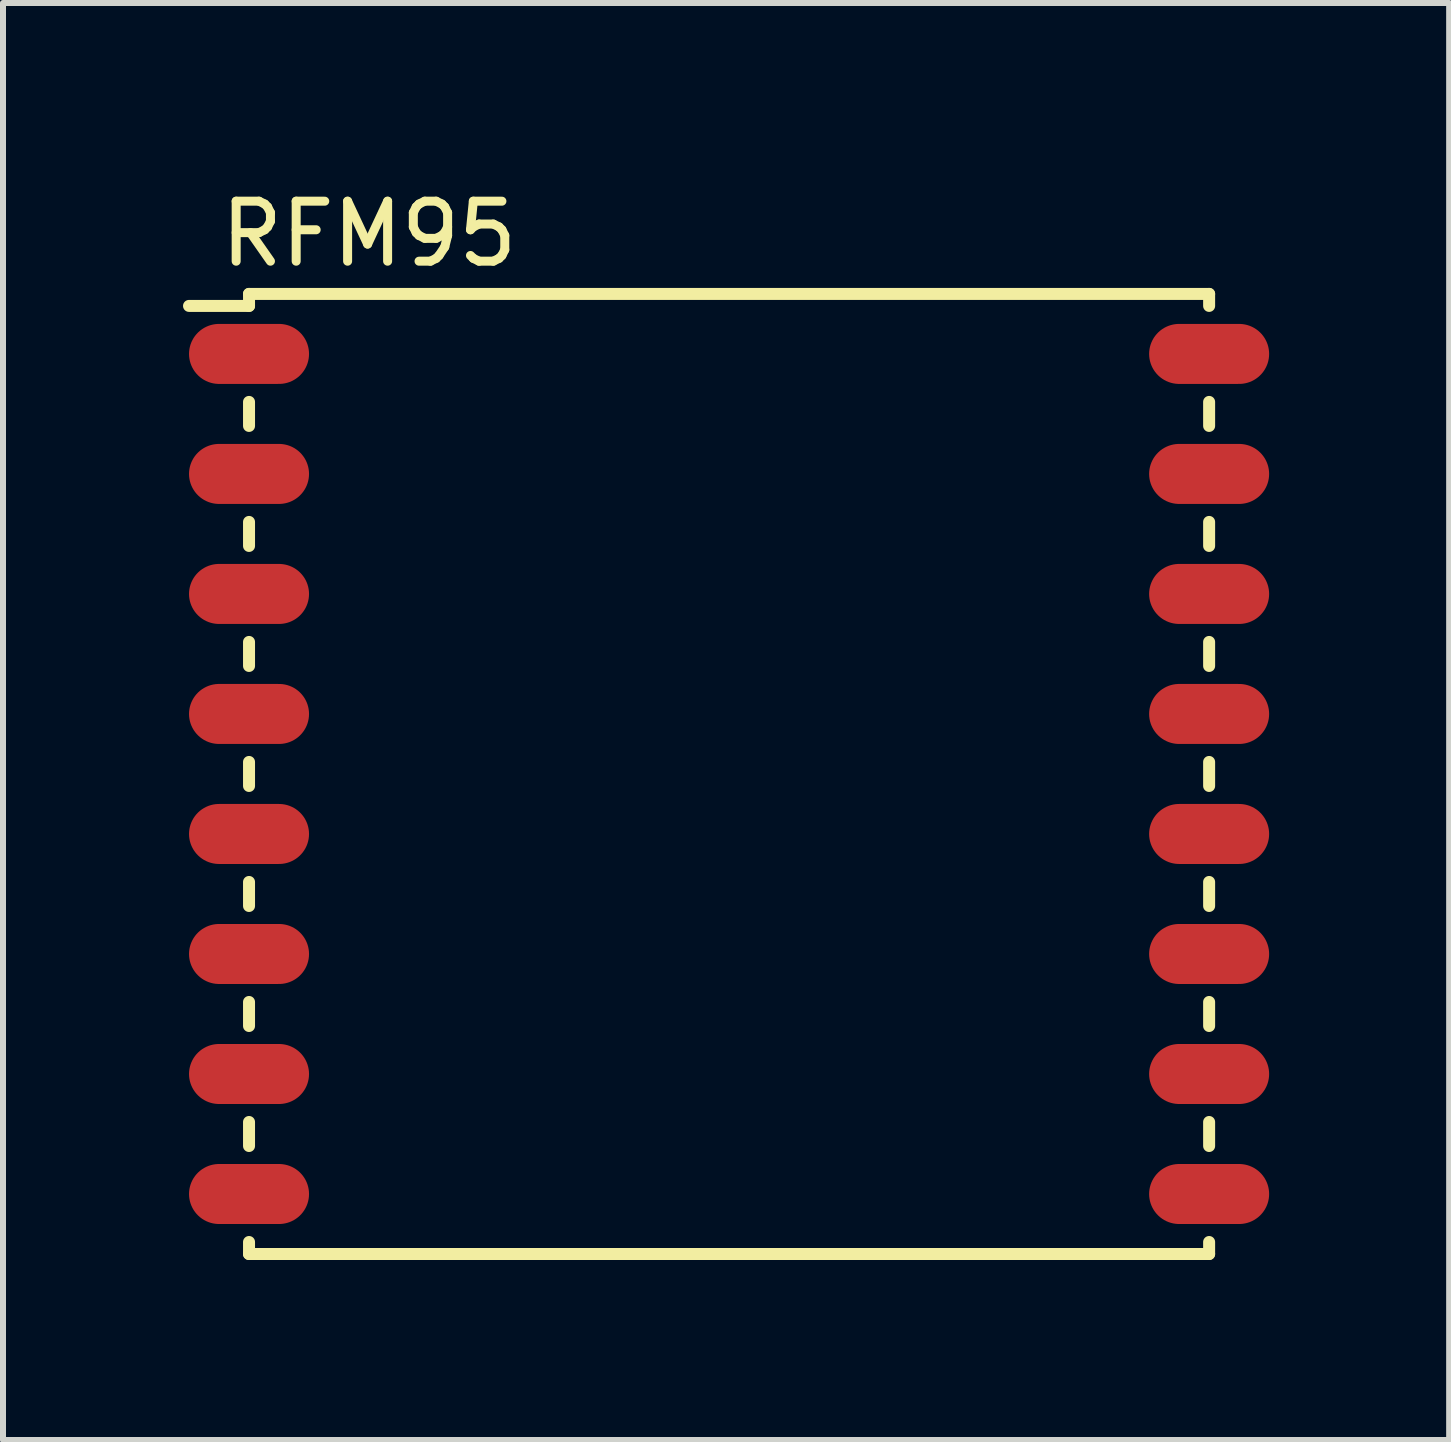
<source format=kicad_pcb>
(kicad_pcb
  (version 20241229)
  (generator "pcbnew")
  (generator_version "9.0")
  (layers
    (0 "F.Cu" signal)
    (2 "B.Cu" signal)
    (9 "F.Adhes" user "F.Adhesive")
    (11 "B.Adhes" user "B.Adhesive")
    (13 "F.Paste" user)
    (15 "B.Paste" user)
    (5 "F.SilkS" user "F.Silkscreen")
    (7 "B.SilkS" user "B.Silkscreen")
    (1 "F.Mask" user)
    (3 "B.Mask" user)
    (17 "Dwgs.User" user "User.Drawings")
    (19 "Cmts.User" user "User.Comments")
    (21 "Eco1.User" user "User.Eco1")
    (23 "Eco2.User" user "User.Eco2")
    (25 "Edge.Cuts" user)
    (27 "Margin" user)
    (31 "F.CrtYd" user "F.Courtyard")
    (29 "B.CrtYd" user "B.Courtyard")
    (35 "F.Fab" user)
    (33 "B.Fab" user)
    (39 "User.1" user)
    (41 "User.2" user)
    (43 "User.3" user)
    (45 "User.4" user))
  (footprint "RFM95"
    (layer "F.Cu")
    (at 1.1 2.848)
    (property "Reference" "RFM95" (at 2 -2 0) (layer "F.SilkS") (effects (font (size 1 1) (thickness 0.15))))
    (attr through_hole)
    (fp_line (start -1 -0.8) (end 0 -0.8) (stroke (width 0.2) (type solid)) (layer "F.SilkS"))
    (fp_line (start 0 -1) (end 16 -1) (stroke (width 0.2) (type solid)) (layer "F.SilkS"))
    (fp_line (start 0 -0.8) (end 0 -1) (stroke (width 0.2) (type solid)) (layer "F.SilkS"))
    (fp_line (start 0 1.2) (end 0 0.8) (stroke (width 0.2) (type solid)) (layer "F.SilkS"))
    (fp_line (start 0 3.2) (end 0 2.8) (stroke (width 0.2) (type solid)) (layer "F.SilkS"))
    (fp_line (start 0 4.8) (end 0 5.2) (stroke (width 0.2) (type solid)) (layer "F.SilkS"))
    (fp_line (start 0 6.8) (end 0 7.2) (stroke (width 0.2) (type solid)) (layer "F.SilkS"))
    (fp_line (start 0 8.8) (end 0 9.2) (stroke (width 0.2) (type solid)) (layer "F.SilkS"))
    (fp_line (start 0 10.8) (end 0 11.2) (stroke (width 0.2) (type solid)) (layer "F.SilkS"))
    (fp_line (start 0 12.8) (end 0 13.2) (stroke (width 0.2) (type solid)) (layer "F.SilkS"))
    (fp_line (start 0 15) (end 0 14.8) (stroke (width 0.2) (type solid)) (layer "F.SilkS"))
    (fp_line (start 16 -1) (end 16 -0.8) (stroke (width 0.2) (type solid)) (layer "F.SilkS"))
    (fp_line (start 16 0.8) (end 16 1.2) (stroke (width 0.2) (type solid)) (layer "F.SilkS"))
    (fp_line (start 16 2.8) (end 16 3.2) (stroke (width 0.2) (type solid)) (layer "F.SilkS"))
    (fp_line (start 16 4.8) (end 16 5.2) (stroke (width 0.2) (type solid)) (layer "F.SilkS"))
    (fp_line (start 16 6.8) (end 16 7.2) (stroke (width 0.2) (type solid)) (layer "F.SilkS"))
    (fp_line (start 16 8.8) (end 16 9.2) (stroke (width 0.2) (type solid)) (layer "F.SilkS"))
    (fp_line (start 16 10.8) (end 16 11.2) (stroke (width 0.2) (type solid)) (layer "F.SilkS"))
    (fp_line (start 16 12.8) (end 16 13.2) (stroke (width 0.2) (type solid)) (layer "F.SilkS"))
    (fp_line (start 16 14.8) (end 16 15) (stroke (width 0.2) (type solid)) (layer "F.SilkS"))
    (fp_line (start 16 15) (end 0 15) (stroke (width 0.2) (type solid)) (layer "F.SilkS"))
    (pad "1" smd oval (at 0 0) (size 2 1) (layers "F.Cu" "F.Mask" "F.Paste"))
    (pad "2" smd oval (at 0 2) (size 2 1) (layers "F.Cu" "F.Mask" "F.Paste"))
    (pad "3" smd oval (at 0 4) (size 2 1) (layers "F.Cu" "F.Mask" "F.Paste"))
    (pad "4" smd oval (at 0 6) (size 2 1) (layers "F.Cu" "F.Mask" "F.Paste"))
    (pad "5" smd oval (at 0 8) (size 2 1) (layers "F.Cu" "F.Mask" "F.Paste"))
    (pad "6" smd oval (at 0 10) (size 2 1) (layers "F.Cu" "F.Mask" "F.Paste"))
    (pad "7" smd oval (at 0 12) (size 2 1) (layers "F.Cu" "F.Mask" "F.Paste"))
    (pad "8" smd oval (at 0 14) (size 2 1) (layers "F.Cu" "F.Mask" "F.Paste"))
    (pad "9" smd oval (at 16 14) (size 2 1) (layers "F.Cu" "F.Mask" "F.Paste"))
    (pad "10" smd oval (at 16 12) (size 2 1) (layers "F.Cu" "F.Mask" "F.Paste"))
    (pad "11" smd oval (at 16 10) (size 2 1) (layers "F.Cu" "F.Mask" "F.Paste"))
    (pad "12" smd oval (at 16 8) (size 2 1) (layers "F.Cu" "F.Mask" "F.Paste"))
    (pad "13" smd oval (at 16 6) (size 2 1) (layers "F.Cu" "F.Mask" "F.Paste"))
    (pad "14" smd oval (at 16 4) (size 2 1) (layers "F.Cu" "F.Mask" "F.Paste"))
    (pad "15" smd oval (at 16 2) (size 2 1) (layers "F.Cu" "F.Mask" "F.Paste"))
    (pad "16" smd oval (at 16 0) (size 2 1) (layers "F.Cu" "F.Mask" "F.Paste")))
  (gr_rect
    (start -3 -3)
    (end 21.1 20.948)
    (stroke (width 0.1) (type default))
    (fill no)
    (layer "Edge.Cuts")))
</source>
